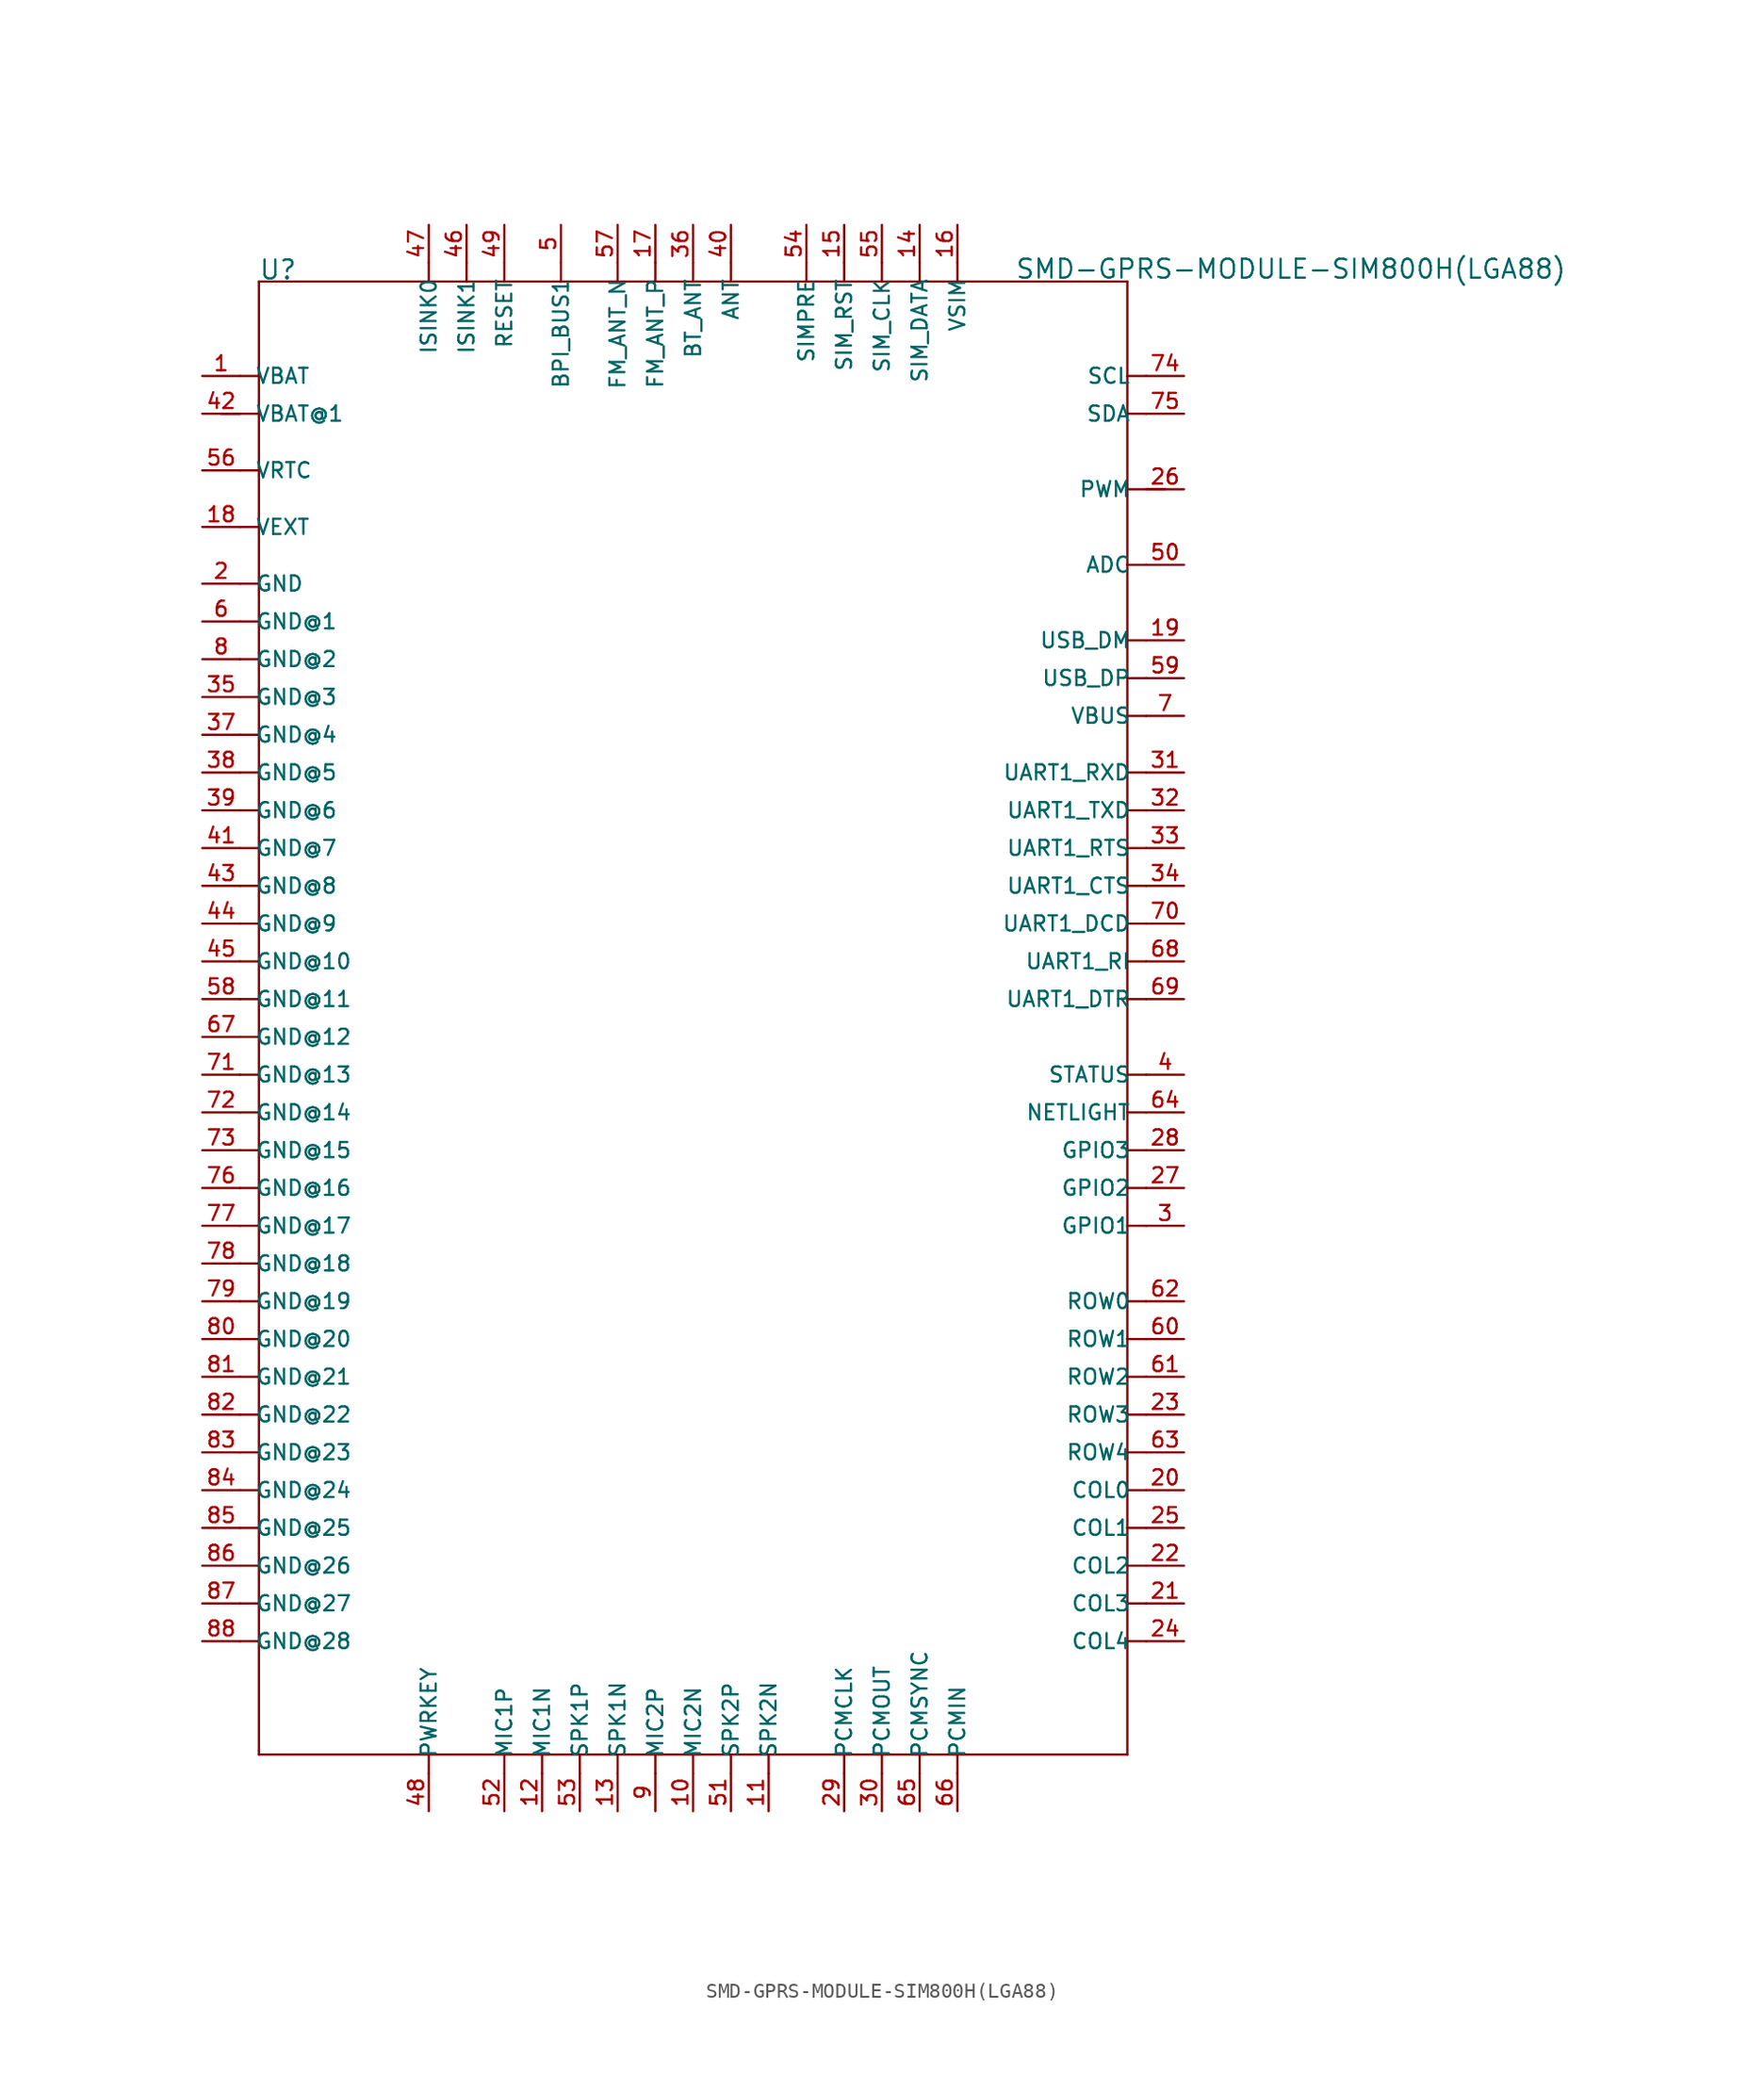
<source format=kicad_sym>
(kicad_symbol_lib
  (version 20211014)
  (generator kicad_symbol_editor)
  (symbol "SMD-GPRS-MODULE-SIM800H(LGA88)"
    (pin_names
      (offset 1.016))
    (property "Reference" "U"
      (at -29.235 49.581 0)
      (effects (font (size 1.27 1.27)) (justify left bottom)))
    (property "Value" "SMD-GPRS-MODULE-SIM800H(LGA88)"
      (at 21.641 49.632 0)
      (effects (font (size 1.27 1.27)) (justify left bottom)))
    (property "ki_locked" ""
      (at 0 0 0)
      (effects (font (size 1.27 1.27))))
    (symbol "SMD-GPRS-MODULE-SIM800H(LGA88)_0_0"
      (polyline (pts (xy -31.75 40.64) (xy -29.21 40.64)) (stroke (width 0.152) (type default) (color 0 0 0 0)) (fill (type none)))
      (polyline (pts (xy -30.48 -41.91) (xy -29.21 -41.91)) (stroke (width 0.152) (type default) (color 0 0 0 0)) (fill (type none)))
      (polyline (pts (xy -30.48 -39.37) (xy -29.21 -39.37)) (stroke (width 0.152) (type default) (color 0 0 0 0)) (fill (type none)))
      (polyline (pts (xy -30.48 -36.83) (xy -29.21 -36.83)) (stroke (width 0.152) (type default) (color 0 0 0 0)) (fill (type none)))
      (polyline (pts (xy -30.48 -34.29) (xy -29.21 -34.29)) (stroke (width 0.152) (type default) (color 0 0 0 0)) (fill (type none)))
      (polyline (pts (xy -30.48 -31.75) (xy -29.21 -31.75)) (stroke (width 0.152) (type default) (color 0 0 0 0)) (fill (type none)))
      (polyline (pts (xy -30.48 -29.21) (xy -29.21 -29.21)) (stroke (width 0.152) (type default) (color 0 0 0 0)) (fill (type none)))
      (polyline (pts (xy -30.48 -26.67) (xy -29.21 -26.67)) (stroke (width 0.152) (type default) (color 0 0 0 0)) (fill (type none)))
      (polyline (pts (xy -30.48 -24.13) (xy -29.21 -24.13)) (stroke (width 0.152) (type default) (color 0 0 0 0)) (fill (type none)))
      (polyline (pts (xy -30.48 -21.59) (xy -29.21 -21.59)) (stroke (width 0.152) (type default) (color 0 0 0 0)) (fill (type none)))
      (polyline (pts (xy -30.48 -19.05) (xy -29.21 -19.05)) (stroke (width 0.152) (type default) (color 0 0 0 0)) (fill (type none)))
      (polyline (pts (xy -30.48 -16.51) (xy -29.21 -16.51)) (stroke (width 0.152) (type default) (color 0 0 0 0)) (fill (type none)))
      (polyline (pts (xy -30.48 -13.97) (xy -29.21 -13.97)) (stroke (width 0.152) (type default) (color 0 0 0 0)) (fill (type none)))
      (polyline (pts (xy -30.48 -11.43) (xy -29.21 -11.43)) (stroke (width 0.152) (type default) (color 0 0 0 0)) (fill (type none)))
      (polyline (pts (xy -30.48 -8.89) (xy -29.21 -8.89)) (stroke (width 0.152) (type default) (color 0 0 0 0)) (fill (type none)))
      (polyline (pts (xy -30.48 -6.35) (xy -29.21 -6.35)) (stroke (width 0.152) (type default) (color 0 0 0 0)) (fill (type none)))
      (polyline (pts (xy -30.48 -3.81) (xy -29.21 -3.81)) (stroke (width 0.152) (type default) (color 0 0 0 0)) (fill (type none)))
      (polyline (pts (xy -30.48 -1.27) (xy -29.21 -1.27)) (stroke (width 0.152) (type default) (color 0 0 0 0)) (fill (type none)))
      (polyline (pts (xy -30.48 1.27) (xy -29.21 1.27)) (stroke (width 0.152) (type default) (color 0 0 0 0)) (fill (type none)))
      (polyline (pts (xy -30.48 3.81) (xy -29.21 3.81)) (stroke (width 0.152) (type default) (color 0 0 0 0)) (fill (type none)))
      (polyline (pts (xy -30.48 6.35) (xy -29.21 6.35)) (stroke (width 0.152) (type default) (color 0 0 0 0)) (fill (type none)))
      (polyline (pts (xy -30.48 8.89) (xy -29.21 8.89)) (stroke (width 0.152) (type default) (color 0 0 0 0)) (fill (type none)))
      (polyline (pts (xy -30.48 11.43) (xy -29.21 11.43)) (stroke (width 0.152) (type default) (color 0 0 0 0)) (fill (type none)))
      (polyline (pts (xy -30.48 13.97) (xy -29.21 13.97)) (stroke (width 0.152) (type default) (color 0 0 0 0)) (fill (type none)))
      (polyline (pts (xy -30.48 16.51) (xy -29.21 16.51)) (stroke (width 0.152) (type default) (color 0 0 0 0)) (fill (type none)))
      (polyline (pts (xy -30.48 19.05) (xy -29.21 19.05)) (stroke (width 0.152) (type default) (color 0 0 0 0)) (fill (type none)))
      (polyline (pts (xy -30.48 21.59) (xy -29.21 21.59)) (stroke (width 0.152) (type default) (color 0 0 0 0)) (fill (type none)))
      (polyline (pts (xy -30.48 24.13) (xy -29.21 24.13)) (stroke (width 0.152) (type default) (color 0 0 0 0)) (fill (type none)))
      (polyline (pts (xy -30.48 26.67) (xy -29.21 26.67)) (stroke (width 0.152) (type default) (color 0 0 0 0)) (fill (type none)))
      (polyline (pts (xy -30.48 29.21) (xy -29.21 29.21)) (stroke (width 0.152) (type default) (color 0 0 0 0)) (fill (type none)))
      (polyline (pts (xy -30.48 33.02) (xy -29.21 33.02)) (stroke (width 0.152) (type default) (color 0 0 0 0)) (fill (type none)))
      (polyline (pts (xy -30.48 36.83) (xy -29.21 36.83)) (stroke (width 0.152) (type default) (color 0 0 0 0)) (fill (type none)))
      (polyline (pts (xy -30.48 43.18) (xy -29.21 43.18)) (stroke (width 0.152) (type default) (color 0 0 0 0)) (fill (type none)))
      (polyline (pts (xy -29.21 -49.53) (xy -29.21 16.51)) (stroke (width 0.152) (type default) (color 0 0 0 0)) (fill (type none)))
      (polyline (pts (xy -29.21 16.51) (xy -29.21 19.05)) (stroke (width 0.152) (type default) (color 0 0 0 0)) (fill (type none)))
      (polyline (pts (xy -29.21 19.05) (xy -29.21 21.59)) (stroke (width 0.152) (type default) (color 0 0 0 0)) (fill (type none)))
      (polyline (pts (xy -29.21 21.59) (xy -29.21 24.13)) (stroke (width 0.152) (type default) (color 0 0 0 0)) (fill (type none)))
      (polyline (pts (xy -29.21 24.13) (xy -29.21 26.67)) (stroke (width 0.152) (type default) (color 0 0 0 0)) (fill (type none)))
      (polyline (pts (xy -29.21 26.67) (xy -29.21 29.21)) (stroke (width 0.152) (type default) (color 0 0 0 0)) (fill (type none)))
      (polyline (pts (xy -29.21 29.21) (xy -29.21 33.02)) (stroke (width 0.152) (type default) (color 0 0 0 0)) (fill (type none)))
      (polyline (pts (xy -29.21 33.02) (xy -29.21 36.83)) (stroke (width 0.152) (type default) (color 0 0 0 0)) (fill (type none)))
      (polyline (pts (xy -29.21 36.83) (xy -29.21 40.64)) (stroke (width 0.152) (type default) (color 0 0 0 0)) (fill (type none)))
      (polyline (pts (xy -29.21 40.64) (xy -29.21 43.18)) (stroke (width 0.152) (type default) (color 0 0 0 0)) (fill (type none)))
      (polyline (pts (xy -29.21 43.18) (xy -29.21 49.53)) (stroke (width 0.152) (type default) (color 0 0 0 0)) (fill (type none)))
      (polyline (pts (xy -29.21 49.53) (xy -15.24 49.53)) (stroke (width 0.152) (type default) (color 0 0 0 0)) (fill (type none)))
      (polyline (pts (xy -17.78 -50.8) (xy -17.78 -49.53)) (stroke (width 0.152) (type default) (color 0 0 0 0)) (fill (type none)))
      (polyline (pts (xy -17.78 -49.53) (xy -29.21 -49.53)) (stroke (width 0.152) (type default) (color 0 0 0 0)) (fill (type none)))
      (polyline (pts (xy -17.78 49.53) (xy -17.78 50.8)) (stroke (width 0.152) (type default) (color 0 0 0 0)) (fill (type none)))
      (polyline (pts (xy -15.24 49.53) (xy -15.24 50.8)) (stroke (width 0.152) (type default) (color 0 0 0 0)) (fill (type none)))
      (polyline (pts (xy -15.24 49.53) (xy -8.89 49.53)) (stroke (width 0.152) (type default) (color 0 0 0 0)) (fill (type none)))
      (polyline (pts (xy -12.7 -50.8) (xy -12.7 -49.53)) (stroke (width 0.152) (type default) (color 0 0 0 0)) (fill (type none)))
      (polyline (pts (xy -12.7 -49.53) (xy -17.78 -49.53)) (stroke (width 0.152) (type default) (color 0 0 0 0)) (fill (type none)))
      (polyline (pts (xy -12.7 49.53) (xy -12.7 50.8)) (stroke (width 0.152) (type default) (color 0 0 0 0)) (fill (type none)))
      (polyline (pts (xy -10.16 -50.8) (xy -10.16 -49.53)) (stroke (width 0.152) (type default) (color 0 0 0 0)) (fill (type none)))
      (polyline (pts (xy -10.16 -49.53) (xy -12.7 -49.53)) (stroke (width 0.152) (type default) (color 0 0 0 0)) (fill (type none)))
      (polyline (pts (xy -8.89 49.53) (xy -8.89 50.8)) (stroke (width 0.152) (type default) (color 0 0 0 0)) (fill (type none)))
      (polyline (pts (xy -8.89 49.53) (xy 7.62 49.53)) (stroke (width 0.152) (type default) (color 0 0 0 0)) (fill (type none)))
      (polyline (pts (xy -7.62 -50.8) (xy -7.62 -49.53)) (stroke (width 0.152) (type default) (color 0 0 0 0)) (fill (type none)))
      (polyline (pts (xy -7.62 -49.53) (xy -10.16 -49.53)) (stroke (width 0.152) (type default) (color 0 0 0 0)) (fill (type none)))
      (polyline (pts (xy -5.08 -50.8) (xy -5.08 -49.53)) (stroke (width 0.152) (type default) (color 0 0 0 0)) (fill (type none)))
      (polyline (pts (xy -5.08 -49.53) (xy -7.62 -49.53)) (stroke (width 0.152) (type default) (color 0 0 0 0)) (fill (type none)))
      (polyline (pts (xy -5.08 49.53) (xy -5.08 50.8)) (stroke (width 0.152) (type default) (color 0 0 0 0)) (fill (type none)))
      (polyline (pts (xy -2.54 -50.8) (xy -2.54 -49.53)) (stroke (width 0.152) (type default) (color 0 0 0 0)) (fill (type none)))
      (polyline (pts (xy -2.54 -49.53) (xy -5.08 -49.53)) (stroke (width 0.152) (type default) (color 0 0 0 0)) (fill (type none)))
      (polyline (pts (xy -2.54 49.53) (xy -2.54 50.8)) (stroke (width 0.152) (type default) (color 0 0 0 0)) (fill (type none)))
      (polyline (pts (xy 0 -50.8) (xy 0 -49.53)) (stroke (width 0.152) (type default) (color 0 0 0 0)) (fill (type none)))
      (polyline (pts (xy 0 -49.53) (xy -2.54 -49.53)) (stroke (width 0.152) (type default) (color 0 0 0 0)) (fill (type none)))
      (polyline (pts (xy 0 49.53) (xy 0 50.8)) (stroke (width 0.152) (type default) (color 0 0 0 0)) (fill (type none)))
      (polyline (pts (xy 2.54 -50.8) (xy 2.54 -49.53)) (stroke (width 0.152) (type default) (color 0 0 0 0)) (fill (type none)))
      (polyline (pts (xy 2.54 -49.53) (xy 0 -49.53)) (stroke (width 0.152) (type default) (color 0 0 0 0)) (fill (type none)))
      (polyline (pts (xy 2.54 49.53) (xy 2.54 50.8)) (stroke (width 0.152) (type default) (color 0 0 0 0)) (fill (type none)))
      (polyline (pts (xy 5.08 -50.8) (xy 5.08 -49.53)) (stroke (width 0.152) (type default) (color 0 0 0 0)) (fill (type none)))
      (polyline (pts (xy 5.08 -49.53) (xy 2.54 -49.53)) (stroke (width 0.152) (type default) (color 0 0 0 0)) (fill (type none)))
      (polyline (pts (xy 7.62 49.53) (xy 7.62 50.8)) (stroke (width 0.152) (type default) (color 0 0 0 0)) (fill (type none)))
      (polyline (pts (xy 7.62 49.53) (xy 29.21 49.53)) (stroke (width 0.152) (type default) (color 0 0 0 0)) (fill (type none)))
      (polyline (pts (xy 10.16 -50.8) (xy 10.16 -49.53)) (stroke (width 0.152) (type default) (color 0 0 0 0)) (fill (type none)))
      (polyline (pts (xy 10.16 -49.53) (xy 5.08 -49.53)) (stroke (width 0.152) (type default) (color 0 0 0 0)) (fill (type none)))
      (polyline (pts (xy 10.16 49.53) (xy 10.16 50.8)) (stroke (width 0.152) (type default) (color 0 0 0 0)) (fill (type none)))
      (polyline (pts (xy 12.7 -50.8) (xy 12.7 -49.53)) (stroke (width 0.152) (type default) (color 0 0 0 0)) (fill (type none)))
      (polyline (pts (xy 12.7 -49.53) (xy 10.16 -49.53)) (stroke (width 0.152) (type default) (color 0 0 0 0)) (fill (type none)))
      (polyline (pts (xy 12.7 49.53) (xy 12.7 50.8)) (stroke (width 0.152) (type default) (color 0 0 0 0)) (fill (type none)))
      (polyline (pts (xy 15.24 -50.8) (xy 15.24 -49.53)) (stroke (width 0.152) (type default) (color 0 0 0 0)) (fill (type none)))
      (polyline (pts (xy 15.24 -49.53) (xy 12.7 -49.53)) (stroke (width 0.152) (type default) (color 0 0 0 0)) (fill (type none)))
      (polyline (pts (xy 15.24 49.53) (xy 15.24 50.8)) (stroke (width 0.152) (type default) (color 0 0 0 0)) (fill (type none)))
      (polyline (pts (xy 17.78 -50.8) (xy 17.78 -49.53)) (stroke (width 0.152) (type default) (color 0 0 0 0)) (fill (type none)))
      (polyline (pts (xy 17.78 -49.53) (xy 15.24 -49.53)) (stroke (width 0.152) (type default) (color 0 0 0 0)) (fill (type none)))
      (polyline (pts (xy 17.78 49.53) (xy 17.78 50.8)) (stroke (width 0.152) (type default) (color 0 0 0 0)) (fill (type none)))
      (polyline (pts (xy 29.21 -49.53) (xy 17.78 -49.53)) (stroke (width 0.152) (type default) (color 0 0 0 0)) (fill (type none)))
      (polyline (pts (xy 29.21 -41.91) (xy 29.21 -49.53)) (stroke (width 0.152) (type default) (color 0 0 0 0)) (fill (type none)))
      (polyline (pts (xy 29.21 -41.91) (xy 30.48 -41.91)) (stroke (width 0.152) (type default) (color 0 0 0 0)) (fill (type none)))
      (polyline (pts (xy 29.21 -39.37) (xy 29.21 -41.91)) (stroke (width 0.152) (type default) (color 0 0 0 0)) (fill (type none)))
      (polyline (pts (xy 29.21 -39.37) (xy 30.48 -39.37)) (stroke (width 0.152) (type default) (color 0 0 0 0)) (fill (type none)))
      (polyline (pts (xy 29.21 -36.83) (xy 29.21 -39.37)) (stroke (width 0.152) (type default) (color 0 0 0 0)) (fill (type none)))
      (polyline (pts (xy 29.21 -36.83) (xy 30.48 -36.83)) (stroke (width 0.152) (type default) (color 0 0 0 0)) (fill (type none)))
      (polyline (pts (xy 29.21 -34.29) (xy 29.21 -36.83)) (stroke (width 0.152) (type default) (color 0 0 0 0)) (fill (type none)))
      (polyline (pts (xy 29.21 -34.29) (xy 30.48 -34.29)) (stroke (width 0.152) (type default) (color 0 0 0 0)) (fill (type none)))
      (polyline (pts (xy 29.21 -31.75) (xy 29.21 -34.29)) (stroke (width 0.152) (type default) (color 0 0 0 0)) (fill (type none)))
      (polyline (pts (xy 29.21 -31.75) (xy 30.48 -31.75)) (stroke (width 0.152) (type default) (color 0 0 0 0)) (fill (type none)))
      (polyline (pts (xy 29.21 -29.21) (xy 29.21 -31.75)) (stroke (width 0.152) (type default) (color 0 0 0 0)) (fill (type none)))
      (polyline (pts (xy 29.21 -29.21) (xy 30.48 -29.21)) (stroke (width 0.152) (type default) (color 0 0 0 0)) (fill (type none)))
      (polyline (pts (xy 29.21 -26.67) (xy 29.21 -29.21)) (stroke (width 0.152) (type default) (color 0 0 0 0)) (fill (type none)))
      (polyline (pts (xy 29.21 -26.67) (xy 30.48 -26.67)) (stroke (width 0.152) (type default) (color 0 0 0 0)) (fill (type none)))
      (polyline (pts (xy 29.21 -24.13) (xy 29.21 -26.67)) (stroke (width 0.152) (type default) (color 0 0 0 0)) (fill (type none)))
      (polyline (pts (xy 29.21 -24.13) (xy 30.48 -24.13)) (stroke (width 0.152) (type default) (color 0 0 0 0)) (fill (type none)))
      (polyline (pts (xy 29.21 -21.59) (xy 29.21 -24.13)) (stroke (width 0.152) (type default) (color 0 0 0 0)) (fill (type none)))
      (polyline (pts (xy 29.21 -21.59) (xy 30.48 -21.59)) (stroke (width 0.152) (type default) (color 0 0 0 0)) (fill (type none)))
      (polyline (pts (xy 29.21 -19.05) (xy 29.21 -21.59)) (stroke (width 0.152) (type default) (color 0 0 0 0)) (fill (type none)))
      (polyline (pts (xy 29.21 -19.05) (xy 30.48 -19.05)) (stroke (width 0.152) (type default) (color 0 0 0 0)) (fill (type none)))
      (polyline (pts (xy 29.21 -13.97) (xy 30.48 -13.97)) (stroke (width 0.152) (type default) (color 0 0 0 0)) (fill (type none)))
      (polyline (pts (xy 29.21 -11.43) (xy 30.48 -11.43)) (stroke (width 0.152) (type default) (color 0 0 0 0)) (fill (type none)))
      (polyline (pts (xy 29.21 -8.89) (xy 30.48 -8.89)) (stroke (width 0.152) (type default) (color 0 0 0 0)) (fill (type none)))
      (polyline (pts (xy 29.21 -6.35) (xy 30.48 -6.35)) (stroke (width 0.152) (type default) (color 0 0 0 0)) (fill (type none)))
      (polyline (pts (xy 29.21 -3.81) (xy 30.48 -3.81)) (stroke (width 0.152) (type default) (color 0 0 0 0)) (fill (type none)))
      (polyline (pts (xy 29.21 1.27) (xy 30.48 1.27)) (stroke (width 0.152) (type default) (color 0 0 0 0)) (fill (type none)))
      (polyline (pts (xy 29.21 3.81) (xy 30.48 3.81)) (stroke (width 0.152) (type default) (color 0 0 0 0)) (fill (type none)))
      (polyline (pts (xy 29.21 6.35) (xy 30.48 6.35)) (stroke (width 0.152) (type default) (color 0 0 0 0)) (fill (type none)))
      (polyline (pts (xy 29.21 8.89) (xy 30.48 8.89)) (stroke (width 0.152) (type default) (color 0 0 0 0)) (fill (type none)))
      (polyline (pts (xy 29.21 11.43) (xy 30.48 11.43)) (stroke (width 0.152) (type default) (color 0 0 0 0)) (fill (type none)))
      (polyline (pts (xy 29.21 13.97) (xy 30.48 13.97)) (stroke (width 0.152) (type default) (color 0 0 0 0)) (fill (type none)))
      (polyline (pts (xy 29.21 16.51) (xy 30.48 16.51)) (stroke (width 0.152) (type default) (color 0 0 0 0)) (fill (type none)))
      (polyline (pts (xy 29.21 20.32) (xy 29.21 -19.05)) (stroke (width 0.152) (type default) (color 0 0 0 0)) (fill (type none)))
      (polyline (pts (xy 29.21 20.32) (xy 30.48 20.32)) (stroke (width 0.152) (type default) (color 0 0 0 0)) (fill (type none)))
      (polyline (pts (xy 29.21 22.86) (xy 29.21 20.32)) (stroke (width 0.152) (type default) (color 0 0 0 0)) (fill (type none)))
      (polyline (pts (xy 29.21 22.86) (xy 30.48 22.86)) (stroke (width 0.152) (type default) (color 0 0 0 0)) (fill (type none)))
      (polyline (pts (xy 29.21 25.4) (xy 29.21 22.86)) (stroke (width 0.152) (type default) (color 0 0 0 0)) (fill (type none)))
      (polyline (pts (xy 29.21 25.4) (xy 30.48 25.4)) (stroke (width 0.152) (type default) (color 0 0 0 0)) (fill (type none)))
      (polyline (pts (xy 29.21 30.48) (xy 29.21 25.4)) (stroke (width 0.152) (type default) (color 0 0 0 0)) (fill (type none)))
      (polyline (pts (xy 29.21 30.48) (xy 30.48 30.48)) (stroke (width 0.152) (type default) (color 0 0 0 0)) (fill (type none)))
      (polyline (pts (xy 29.21 35.56) (xy 29.21 30.48)) (stroke (width 0.152) (type default) (color 0 0 0 0)) (fill (type none)))
      (polyline (pts (xy 29.21 35.56) (xy 31.75 35.56)) (stroke (width 0.152) (type default) (color 0 0 0 0)) (fill (type none)))
      (polyline (pts (xy 29.21 40.64) (xy 29.21 35.56)) (stroke (width 0.152) (type default) (color 0 0 0 0)) (fill (type none)))
      (polyline (pts (xy 29.21 40.64) (xy 30.48 40.64)) (stroke (width 0.152) (type default) (color 0 0 0 0)) (fill (type none)))
      (polyline (pts (xy 29.21 43.18) (xy 29.21 40.64)) (stroke (width 0.152) (type default) (color 0 0 0 0)) (fill (type none)))
      (polyline (pts (xy 29.21 43.18) (xy 30.48 43.18)) (stroke (width 0.152) (type default) (color 0 0 0 0)) (fill (type none)))
      (polyline (pts (xy 29.21 49.53) (xy 29.21 43.18)) (stroke (width 0.152) (type default) (color 0 0 0 0)) (fill (type none)))
      (pin bidirectional line (at -33.02 43.18 0) (length 2.54) (name "VBAT" (effects (font (size 1.016 1.016)))) (number "1" (effects (font (size 1.016 1.016)))))
      (pin bidirectional line (at 0 -53.34 90) (length 2.54) (name "MIC2N" (effects (font (size 1.016 1.016)))) (number "10" (effects (font (size 1.016 1.016)))))
      (pin bidirectional line (at 5.08 -53.34 90) (length 2.54) (name "SPK2N" (effects (font (size 1.016 1.016)))) (number "11" (effects (font (size 1.016 1.016)))))
      (pin bidirectional line (at -10.16 -53.34 90) (length 2.54) (name "MIC1N" (effects (font (size 1.016 1.016)))) (number "12" (effects (font (size 1.016 1.016)))))
      (pin bidirectional line (at -5.08 -53.34 90) (length 2.54) (name "SPK1N" (effects (font (size 1.016 1.016)))) (number "13" (effects (font (size 1.016 1.016)))))
      (pin bidirectional line (at 15.24 53.34 270) (length 2.54) (name "SIM_DATA" (effects (font (size 1.016 1.016)))) (number "14" (effects (font (size 1.016 1.016)))))
      (pin bidirectional line (at 10.16 53.34 270) (length 2.54) (name "SIM_RST" (effects (font (size 1.016 1.016)))) (number "15" (effects (font (size 1.016 1.016)))))
      (pin bidirectional line (at 17.78 53.34 270) (length 2.54) (name "VSIM" (effects (font (size 1.016 1.016)))) (number "16" (effects (font (size 1.016 1.016)))))
      (pin bidirectional line (at -2.54 53.34 270) (length 2.54) (name "FM_ANT_P" (effects (font (size 1.016 1.016)))) (number "17" (effects (font (size 1.016 1.016)))))
      (pin bidirectional line (at -33.02 33.02 0) (length 2.54) (name "VEXT" (effects (font (size 1.016 1.016)))) (number "18" (effects (font (size 1.016 1.016)))))
      (pin bidirectional line (at 33.02 25.4 180) (length 2.54) (name "USB_DM" (effects (font (size 1.016 1.016)))) (number "19" (effects (font (size 1.016 1.016)))))
      (pin bidirectional line (at -33.02 29.21 0) (length 2.54) (name "GND" (effects (font (size 1.016 1.016)))) (number "2" (effects (font (size 1.016 1.016)))))
      (pin bidirectional line (at 33.02 -31.75 180) (length 2.54) (name "COL0" (effects (font (size 1.016 1.016)))) (number "20" (effects (font (size 1.016 1.016)))))
      (pin bidirectional line (at 33.02 -39.37 180) (length 2.54) (name "COL3" (effects (font (size 1.016 1.016)))) (number "21" (effects (font (size 1.016 1.016)))))
      (pin bidirectional line (at 33.02 -36.83 180) (length 2.54) (name "COL2" (effects (font (size 1.016 1.016)))) (number "22" (effects (font (size 1.016 1.016)))))
      (pin bidirectional line (at 33.02 -26.67 180) (length 2.54) (name "ROW3" (effects (font (size 1.016 1.016)))) (number "23" (effects (font (size 1.016 1.016)))))
      (pin bidirectional line (at 33.02 -41.91 180) (length 2.54) (name "COL4" (effects (font (size 1.016 1.016)))) (number "24" (effects (font (size 1.016 1.016)))))
      (pin bidirectional line (at 33.02 -34.29 180) (length 2.54) (name "COL1" (effects (font (size 1.016 1.016)))) (number "25" (effects (font (size 1.016 1.016)))))
      (pin bidirectional line (at 33.02 35.56 180) (length 2.54) (name "PWM" (effects (font (size 1.016 1.016)))) (number "26" (effects (font (size 1.016 1.016)))))
      (pin bidirectional line (at 33.02 -11.43 180) (length 2.54) (name "GPIO2" (effects (font (size 1.016 1.016)))) (number "27" (effects (font (size 1.016 1.016)))))
      (pin bidirectional line (at 33.02 -8.89 180) (length 2.54) (name "GPIO3" (effects (font (size 1.016 1.016)))) (number "28" (effects (font (size 1.016 1.016)))))
      (pin bidirectional line (at 10.16 -53.34 90) (length 2.54) (name "PCMCLK" (effects (font (size 1.016 1.016)))) (number "29" (effects (font (size 1.016 1.016)))))
      (pin bidirectional line (at 33.02 -13.97 180) (length 2.54) (name "GPIO1" (effects (font (size 1.016 1.016)))) (number "3" (effects (font (size 1.016 1.016)))))
      (pin bidirectional line (at 12.7 -53.34 90) (length 2.54) (name "PCMOUT" (effects (font (size 1.016 1.016)))) (number "30" (effects (font (size 1.016 1.016)))))
      (pin bidirectional line (at 33.02 16.51 180) (length 2.54) (name "UART1_RXD" (effects (font (size 1.016 1.016)))) (number "31" (effects (font (size 1.016 1.016)))))
      (pin bidirectional line (at 33.02 13.97 180) (length 2.54) (name "UART1_TXD" (effects (font (size 1.016 1.016)))) (number "32" (effects (font (size 1.016 1.016)))))
      (pin bidirectional line (at 33.02 11.43 180) (length 2.54) (name "UART1_RTS" (effects (font (size 1.016 1.016)))) (number "33" (effects (font (size 1.016 1.016)))))
      (pin bidirectional line (at 33.02 8.89 180) (length 2.54) (name "UART1_CTS" (effects (font (size 1.016 1.016)))) (number "34" (effects (font (size 1.016 1.016)))))
      (pin bidirectional line (at -33.02 21.59 0) (length 2.54) (name "GND@3" (effects (font (size 1.016 1.016)))) (number "35" (effects (font (size 1.016 1.016)))))
      (pin bidirectional line (at 0 53.34 270) (length 2.54) (name "BT_ANT" (effects (font (size 1.016 1.016)))) (number "36" (effects (font (size 1.016 1.016)))))
      (pin bidirectional line (at -33.02 19.05 0) (length 2.54) (name "GND@4" (effects (font (size 1.016 1.016)))) (number "37" (effects (font (size 1.016 1.016)))))
      (pin bidirectional line (at -33.02 16.51 0) (length 2.54) (name "GND@5" (effects (font (size 1.016 1.016)))) (number "38" (effects (font (size 1.016 1.016)))))
      (pin bidirectional line (at -33.02 13.97 0) (length 2.54) (name "GND@6" (effects (font (size 1.016 1.016)))) (number "39" (effects (font (size 1.016 1.016)))))
      (pin bidirectional line (at 33.02 -3.81 180) (length 2.54) (name "STATUS" (effects (font (size 1.016 1.016)))) (number "4" (effects (font (size 1.016 1.016)))))
      (pin bidirectional line (at 2.54 53.34 270) (length 2.54) (name "ANT" (effects (font (size 1.016 1.016)))) (number "40" (effects (font (size 1.016 1.016)))))
      (pin bidirectional line (at -33.02 11.43 0) (length 2.54) (name "GND@7" (effects (font (size 1.016 1.016)))) (number "41" (effects (font (size 1.016 1.016)))))
      (pin bidirectional line (at -33.02 40.64 0) (length 2.54) (name "VBAT@1" (effects (font (size 1.016 1.016)))) (number "42" (effects (font (size 1.016 1.016)))))
      (pin bidirectional line (at -33.02 8.89 0) (length 2.54) (name "GND@8" (effects (font (size 1.016 1.016)))) (number "43" (effects (font (size 1.016 1.016)))))
      (pin bidirectional line (at -33.02 6.35 0) (length 2.54) (name "GND@9" (effects (font (size 1.016 1.016)))) (number "44" (effects (font (size 1.016 1.016)))))
      (pin bidirectional line (at -33.02 3.81 0) (length 2.54) (name "GND@10" (effects (font (size 1.016 1.016)))) (number "45" (effects (font (size 1.016 1.016)))))
      (pin bidirectional line (at -15.24 53.34 270) (length 2.54) (name "ISINK1" (effects (font (size 1.016 1.016)))) (number "46" (effects (font (size 1.016 1.016)))))
      (pin bidirectional line (at -17.78 53.34 270) (length 2.54) (name "ISINK0" (effects (font (size 1.016 1.016)))) (number "47" (effects (font (size 1.016 1.016)))))
      (pin bidirectional line (at -17.78 -53.34 90) (length 2.54) (name "PWRKEY" (effects (font (size 1.016 1.016)))) (number "48" (effects (font (size 1.016 1.016)))))
      (pin bidirectional line (at -12.7 53.34 270) (length 2.54) (name "RESET" (effects (font (size 1.016 1.016)))) (number "49" (effects (font (size 1.016 1.016)))))
      (pin bidirectional line (at -8.89 53.34 270) (length 2.54) (name "BPI_BUS1" (effects (font (size 1.016 1.016)))) (number "5" (effects (font (size 1.016 1.016)))))
      (pin bidirectional line (at 33.02 30.48 180) (length 2.54) (name "ADC" (effects (font (size 1.016 1.016)))) (number "50" (effects (font (size 1.016 1.016)))))
      (pin bidirectional line (at 2.54 -53.34 90) (length 2.54) (name "SPK2P" (effects (font (size 1.016 1.016)))) (number "51" (effects (font (size 1.016 1.016)))))
      (pin bidirectional line (at -12.7 -53.34 90) (length 2.54) (name "MIC1P" (effects (font (size 1.016 1.016)))) (number "52" (effects (font (size 1.016 1.016)))))
      (pin bidirectional line (at -7.62 -53.34 90) (length 2.54) (name "SPK1P" (effects (font (size 1.016 1.016)))) (number "53" (effects (font (size 1.016 1.016)))))
      (pin bidirectional line (at 7.62 53.34 270) (length 2.54) (name "SIMPRE" (effects (font (size 1.016 1.016)))) (number "54" (effects (font (size 1.016 1.016)))))
      (pin bidirectional line (at 12.7 53.34 270) (length 2.54) (name "SIM_CLK" (effects (font (size 1.016 1.016)))) (number "55" (effects (font (size 1.016 1.016)))))
      (pin bidirectional line (at -33.02 36.83 0) (length 2.54) (name "VRTC" (effects (font (size 1.016 1.016)))) (number "56" (effects (font (size 1.016 1.016)))))
      (pin bidirectional line (at -5.08 53.34 270) (length 2.54) (name "FM_ANT_N" (effects (font (size 1.016 1.016)))) (number "57" (effects (font (size 1.016 1.016)))))
      (pin bidirectional line (at -33.02 1.27 0) (length 2.54) (name "GND@11" (effects (font (size 1.016 1.016)))) (number "58" (effects (font (size 1.016 1.016)))))
      (pin bidirectional line (at 33.02 22.86 180) (length 2.54) (name "USB_DP" (effects (font (size 1.016 1.016)))) (number "59" (effects (font (size 1.016 1.016)))))
      (pin bidirectional line (at -33.02 26.67 0) (length 2.54) (name "GND@1" (effects (font (size 1.016 1.016)))) (number "6" (effects (font (size 1.016 1.016)))))
      (pin bidirectional line (at 33.02 -21.59 180) (length 2.54) (name "ROW1" (effects (font (size 1.016 1.016)))) (number "60" (effects (font (size 1.016 1.016)))))
      (pin bidirectional line (at 33.02 -24.13 180) (length 2.54) (name "ROW2" (effects (font (size 1.016 1.016)))) (number "61" (effects (font (size 1.016 1.016)))))
      (pin bidirectional line (at 33.02 -19.05 180) (length 2.54) (name "ROW0" (effects (font (size 1.016 1.016)))) (number "62" (effects (font (size 1.016 1.016)))))
      (pin bidirectional line (at 33.02 -29.21 180) (length 2.54) (name "ROW4" (effects (font (size 1.016 1.016)))) (number "63" (effects (font (size 1.016 1.016)))))
      (pin bidirectional line (at 33.02 -6.35 180) (length 2.54) (name "NETLIGHT" (effects (font (size 1.016 1.016)))) (number "64" (effects (font (size 1.016 1.016)))))
      (pin bidirectional line (at 15.24 -53.34 90) (length 2.54) (name "PCMSYNC" (effects (font (size 1.016 1.016)))) (number "65" (effects (font (size 1.016 1.016)))))
      (pin bidirectional line (at 17.78 -53.34 90) (length 2.54) (name "PCMIN" (effects (font (size 1.016 1.016)))) (number "66" (effects (font (size 1.016 1.016)))))
      (pin bidirectional line (at -33.02 -1.27 0) (length 2.54) (name "GND@12" (effects (font (size 1.016 1.016)))) (number "67" (effects (font (size 1.016 1.016)))))
      (pin bidirectional line (at 33.02 3.81 180) (length 2.54) (name "UART1_RI" (effects (font (size 1.016 1.016)))) (number "68" (effects (font (size 1.016 1.016)))))
      (pin bidirectional line (at 33.02 1.27 180) (length 2.54) (name "UART1_DTR" (effects (font (size 1.016 1.016)))) (number "69" (effects (font (size 1.016 1.016)))))
      (pin bidirectional line (at 33.02 20.32 180) (length 2.54) (name "VBUS" (effects (font (size 1.016 1.016)))) (number "7" (effects (font (size 1.016 1.016)))))
      (pin bidirectional line (at 33.02 6.35 180) (length 2.54) (name "UART1_DCD" (effects (font (size 1.016 1.016)))) (number "70" (effects (font (size 1.016 1.016)))))
      (pin bidirectional line (at -33.02 -3.81 0) (length 2.54) (name "GND@13" (effects (font (size 1.016 1.016)))) (number "71" (effects (font (size 1.016 1.016)))))
      (pin bidirectional line (at -33.02 -6.35 0) (length 2.54) (name "GND@14" (effects (font (size 1.016 1.016)))) (number "72" (effects (font (size 1.016 1.016)))))
      (pin bidirectional line (at -33.02 -8.89 0) (length 2.54) (name "GND@15" (effects (font (size 1.016 1.016)))) (number "73" (effects (font (size 1.016 1.016)))))
      (pin bidirectional line (at 33.02 43.18 180) (length 2.54) (name "SCL" (effects (font (size 1.016 1.016)))) (number "74" (effects (font (size 1.016 1.016)))))
      (pin bidirectional line (at 33.02 40.64 180) (length 2.54) (name "SDA" (effects (font (size 1.016 1.016)))) (number "75" (effects (font (size 1.016 1.016)))))
      (pin bidirectional line (at -33.02 -11.43 0) (length 2.54) (name "GND@16" (effects (font (size 1.016 1.016)))) (number "76" (effects (font (size 1.016 1.016)))))
      (pin bidirectional line (at -33.02 -13.97 0) (length 2.54) (name "GND@17" (effects (font (size 1.016 1.016)))) (number "77" (effects (font (size 1.016 1.016)))))
      (pin bidirectional line (at -33.02 -16.51 0) (length 2.54) (name "GND@18" (effects (font (size 1.016 1.016)))) (number "78" (effects (font (size 1.016 1.016)))))
      (pin bidirectional line (at -33.02 -19.05 0) (length 2.54) (name "GND@19" (effects (font (size 1.016 1.016)))) (number "79" (effects (font (size 1.016 1.016)))))
      (pin bidirectional line (at -33.02 24.13 0) (length 2.54) (name "GND@2" (effects (font (size 1.016 1.016)))) (number "8" (effects (font (size 1.016 1.016)))))
      (pin bidirectional line (at -33.02 -21.59 0) (length 2.54) (name "GND@20" (effects (font (size 1.016 1.016)))) (number "80" (effects (font (size 1.016 1.016)))))
      (pin bidirectional line (at -33.02 -24.13 0) (length 2.54) (name "GND@21" (effects (font (size 1.016 1.016)))) (number "81" (effects (font (size 1.016 1.016)))))
      (pin bidirectional line (at -33.02 -26.67 0) (length 2.54) (name "GND@22" (effects (font (size 1.016 1.016)))) (number "82" (effects (font (size 1.016 1.016)))))
      (pin bidirectional line (at -33.02 -29.21 0) (length 2.54) (name "GND@23" (effects (font (size 1.016 1.016)))) (number "83" (effects (font (size 1.016 1.016)))))
      (pin bidirectional line (at -33.02 -31.75 0) (length 2.54) (name "GND@24" (effects (font (size 1.016 1.016)))) (number "84" (effects (font (size 1.016 1.016)))))
      (pin bidirectional line (at -33.02 -34.29 0) (length 2.54) (name "GND@25" (effects (font (size 1.016 1.016)))) (number "85" (effects (font (size 1.016 1.016)))))
      (pin bidirectional line (at -33.02 -36.83 0) (length 2.54) (name "GND@26" (effects (font (size 1.016 1.016)))) (number "86" (effects (font (size 1.016 1.016)))))
      (pin bidirectional line (at -33.02 -39.37 0) (length 2.54) (name "GND@27" (effects (font (size 1.016 1.016)))) (number "87" (effects (font (size 1.016 1.016)))))
      (pin bidirectional line (at -33.02 -41.91 0) (length 2.54) (name "GND@28" (effects (font (size 1.016 1.016)))) (number "88" (effects (font (size 1.016 1.016)))))
      (pin bidirectional line (at -2.54 -53.34 90) (length 2.54) (name "MIC2P" (effects (font (size 1.016 1.016)))) (number "9" (effects (font (size 1.016 1.016))))))))
</source>
